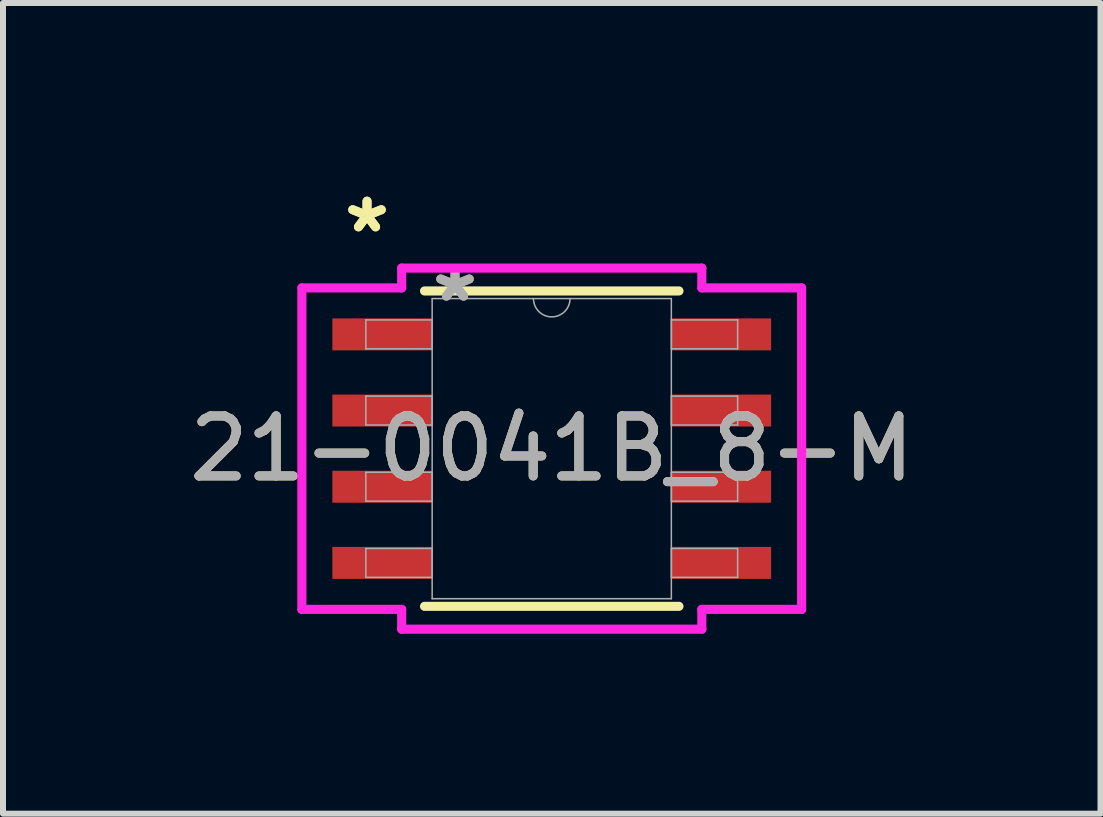
<source format=kicad_pcb>
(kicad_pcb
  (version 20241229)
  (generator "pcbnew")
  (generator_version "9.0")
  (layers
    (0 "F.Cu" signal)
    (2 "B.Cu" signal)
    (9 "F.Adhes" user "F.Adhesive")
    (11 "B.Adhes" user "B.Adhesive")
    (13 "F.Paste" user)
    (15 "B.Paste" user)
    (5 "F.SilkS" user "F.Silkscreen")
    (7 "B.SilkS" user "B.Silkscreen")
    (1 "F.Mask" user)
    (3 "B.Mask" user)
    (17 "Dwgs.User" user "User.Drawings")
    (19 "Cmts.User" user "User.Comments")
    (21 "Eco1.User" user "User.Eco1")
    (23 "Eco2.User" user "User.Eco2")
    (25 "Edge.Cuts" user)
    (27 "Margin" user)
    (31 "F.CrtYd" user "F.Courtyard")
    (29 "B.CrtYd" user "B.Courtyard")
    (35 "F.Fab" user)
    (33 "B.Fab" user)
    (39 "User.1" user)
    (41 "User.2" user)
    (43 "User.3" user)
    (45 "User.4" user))
  (footprint "21-0041B_8-M"
    (layer "F.Cu")
    (at 6.149 4.43)
    (property "Reference" "21-0041B_8-M" (at 0 0 0) (unlocked yes) (layer "F.SilkS") (effects (font (size 1 1) (thickness 0.15))))
    (attr smd)
    (fp_line (start -2.121 2.629) (end 2.121 2.629) (stroke (width 0.152) (type solid)) (layer "F.SilkS"))
    (fp_line (start 2.121 -2.629) (end -2.121 -2.629) (stroke (width 0.152) (type solid)) (layer "F.SilkS"))
    (fp_line (start -4.166 -2.68) (end -2.502 -2.68) (stroke (width 0.152) (type solid)) (layer "F.CrtYd"))
    (fp_line (start -4.166 2.68) (end -4.166 -2.68) (stroke (width 0.152) (type solid)) (layer "F.CrtYd"))
    (fp_line (start -4.166 2.68) (end -2.502 2.68) (stroke (width 0.152) (type solid)) (layer "F.CrtYd"))
    (fp_line (start -2.502 -3.01) (end 2.502 -3.01) (stroke (width 0.152) (type solid)) (layer "F.CrtYd"))
    (fp_line (start -2.502 -2.68) (end -2.502 -3.01) (stroke (width 0.152) (type solid)) (layer "F.CrtYd"))
    (fp_line (start -2.502 3.01) (end -2.502 2.68) (stroke (width 0.152) (type solid)) (layer "F.CrtYd"))
    (fp_line (start 2.502 -3.01) (end 2.502 -2.68) (stroke (width 0.152) (type solid)) (layer "F.CrtYd"))
    (fp_line (start 2.502 2.68) (end 2.502 3.01) (stroke (width 0.152) (type solid)) (layer "F.CrtYd"))
    (fp_line (start 2.502 3.01) (end -2.502 3.01) (stroke (width 0.152) (type solid)) (layer "F.CrtYd"))
    (fp_line (start 4.166 -2.68) (end 2.502 -2.68) (stroke (width 0.152) (type solid)) (layer "F.CrtYd"))
    (fp_line (start 4.166 -2.68) (end 4.166 2.68) (stroke (width 0.152) (type solid)) (layer "F.CrtYd"))
    (fp_line (start 4.166 2.68) (end 2.502 2.68) (stroke (width 0.152) (type solid)) (layer "F.CrtYd"))
    (fp_line (start -3.099 -2.146) (end -3.099 -1.664) (stroke (width 0.025) (type solid)) (layer "F.Fab"))
    (fp_line (start -3.099 -1.664) (end -1.994 -1.664) (stroke (width 0.025) (type solid)) (layer "F.Fab"))
    (fp_line (start -3.099 -0.876) (end -3.099 -0.394) (stroke (width 0.025) (type solid)) (layer "F.Fab"))
    (fp_line (start -3.099 -0.394) (end -1.994 -0.394) (stroke (width 0.025) (type solid)) (layer "F.Fab"))
    (fp_line (start -3.099 0.394) (end -3.099 0.876) (stroke (width 0.025) (type solid)) (layer "F.Fab"))
    (fp_line (start -3.099 0.876) (end -1.994 0.876) (stroke (width 0.025) (type solid)) (layer "F.Fab"))
    (fp_line (start -3.099 1.664) (end -3.099 2.146) (stroke (width 0.025) (type solid)) (layer "F.Fab"))
    (fp_line (start -3.099 2.146) (end -1.994 2.146) (stroke (width 0.025) (type solid)) (layer "F.Fab"))
    (fp_line (start -1.994 -2.502) (end -1.994 2.502) (stroke (width 0.025) (type solid)) (layer "F.Fab"))
    (fp_line (start -1.994 -2.146) (end -3.099 -2.146) (stroke (width 0.025) (type solid)) (layer "F.Fab"))
    (fp_line (start -1.994 -1.664) (end -1.994 -2.146) (stroke (width 0.025) (type solid)) (layer "F.Fab"))
    (fp_line (start -1.994 -0.876) (end -3.099 -0.876) (stroke (width 0.025) (type solid)) (layer "F.Fab"))
    (fp_line (start -1.994 -0.394) (end -1.994 -0.876) (stroke (width 0.025) (type solid)) (layer "F.Fab"))
    (fp_line (start -1.994 0.394) (end -3.099 0.394) (stroke (width 0.025) (type solid)) (layer "F.Fab"))
    (fp_line (start -1.994 0.876) (end -1.994 0.394) (stroke (width 0.025) (type solid)) (layer "F.Fab"))
    (fp_line (start -1.994 1.664) (end -3.099 1.664) (stroke (width 0.025) (type solid)) (layer "F.Fab"))
    (fp_line (start -1.994 2.146) (end -1.994 1.664) (stroke (width 0.025) (type solid)) (layer "F.Fab"))
    (fp_line (start -1.994 2.502) (end 1.994 2.502) (stroke (width 0.025) (type solid)) (layer "F.Fab"))
    (fp_line (start 1.994 -2.502) (end -1.994 -2.502) (stroke (width 0.025) (type solid)) (layer "F.Fab"))
    (fp_line (start 1.994 -2.146) (end 1.994 -1.664) (stroke (width 0.025) (type solid)) (layer "F.Fab"))
    (fp_line (start 1.994 -1.664) (end 3.099 -1.664) (stroke (width 0.025) (type solid)) (layer "F.Fab"))
    (fp_line (start 1.994 -0.876) (end 1.994 -0.394) (stroke (width 0.025) (type solid)) (layer "F.Fab"))
    (fp_line (start 1.994 -0.394) (end 3.099 -0.394) (stroke (width 0.025) (type solid)) (layer "F.Fab"))
    (fp_line (start 1.994 0.394) (end 1.994 0.876) (stroke (width 0.025) (type solid)) (layer "F.Fab"))
    (fp_line (start 1.994 0.876) (end 3.099 0.876) (stroke (width 0.025) (type solid)) (layer "F.Fab"))
    (fp_line (start 1.994 1.664) (end 1.994 2.146) (stroke (width 0.025) (type solid)) (layer "F.Fab"))
    (fp_line (start 1.994 2.146) (end 3.099 2.146) (stroke (width 0.025) (type solid)) (layer "F.Fab"))
    (fp_line (start 1.994 2.502) (end 1.994 -2.502) (stroke (width 0.025) (type solid)) (layer "F.Fab"))
    (fp_line (start 3.099 -2.146) (end 1.994 -2.146) (stroke (width 0.025) (type solid)) (layer "F.Fab"))
    (fp_line (start 3.099 -1.664) (end 3.099 -2.146) (stroke (width 0.025) (type solid)) (layer "F.Fab"))
    (fp_line (start 3.099 -0.876) (end 1.994 -0.876) (stroke (width 0.025) (type solid)) (layer "F.Fab"))
    (fp_line (start 3.099 -0.394) (end 3.099 -0.876) (stroke (width 0.025) (type solid)) (layer "F.Fab"))
    (fp_line (start 3.099 0.394) (end 1.994 0.394) (stroke (width 0.025) (type solid)) (layer "F.Fab"))
    (fp_line (start 3.099 0.876) (end 3.099 0.394) (stroke (width 0.025) (type solid)) (layer "F.Fab"))
    (fp_line (start 3.099 1.664) (end 1.994 1.664) (stroke (width 0.025) (type solid)) (layer "F.Fab"))
    (fp_line (start 3.099 2.146) (end 3.099 1.664) (stroke (width 0.025) (type solid)) (layer "F.Fab"))
    (fp_arc (start 0.3048 -2.5019) (mid 0 -2.1971) (end -0.3048 -2.5019) (stroke (width 0.0254) (type solid)) (layer "F.Fab"))
    (fp_text user "*" (at -3.08 -3.581 0) (unlocked yes) (layer "F.SilkS") (effects (font (size 1 1) (thickness 0.15))))
    (fp_text user "*" (at -3.08 -3.581 0) (layer "F.SilkS") (effects (font (size 1 1) (thickness 0.15))))
    (fp_text user "*" (at -1.613 -2.426 0) (layer "F.Fab") (effects (font (size 1 1) (thickness 0.15))))
    (fp_text user "${REFERENCE}" (at 0 0 0) (unlocked yes) (layer "F.Fab") (effects (font (size 1 1) (thickness 0.15))))
    (fp_text user "*" (at -1.613 -2.426 0) (unlocked yes) (layer "F.Fab") (effects (font (size 1 1) (thickness 0.15))))
    (pad "1" smd rect (at -2.826 -1.905) (size 1.664 0.533) (layers "F.Cu" "F.Mask" "F.Paste"))
    (pad "2" smd rect (at -2.826 -0.635) (size 1.664 0.533) (layers "F.Cu" "F.Mask" "F.Paste"))
    (pad "3" smd rect (at -2.826 0.635) (size 1.664 0.533) (layers "F.Cu" "F.Mask" "F.Paste"))
    (pad "4" smd rect (at -2.826 1.905) (size 1.664 0.533) (layers "F.Cu" "F.Mask" "F.Paste"))
    (pad "5" smd rect (at 2.826 1.905) (size 1.664 0.533) (layers "F.Cu" "F.Mask" "F.Paste"))
    (pad "6" smd rect (at 2.826 0.635) (size 1.664 0.533) (layers "F.Cu" "F.Mask" "F.Paste"))
    (pad "7" smd rect (at 2.826 -0.635) (size 1.664 0.533) (layers "F.Cu" "F.Mask" "F.Paste"))
    (pad "8" smd rect (at 2.826 -1.905) (size 1.664 0.533) (layers "F.Cu" "F.Mask" "F.Paste")))
  (gr_rect
    (start -3 -3)
    (end 15.298 10.516)
    (stroke (width 0.1) (type default))
    (fill no)
    (layer "Edge.Cuts")))
</source>
